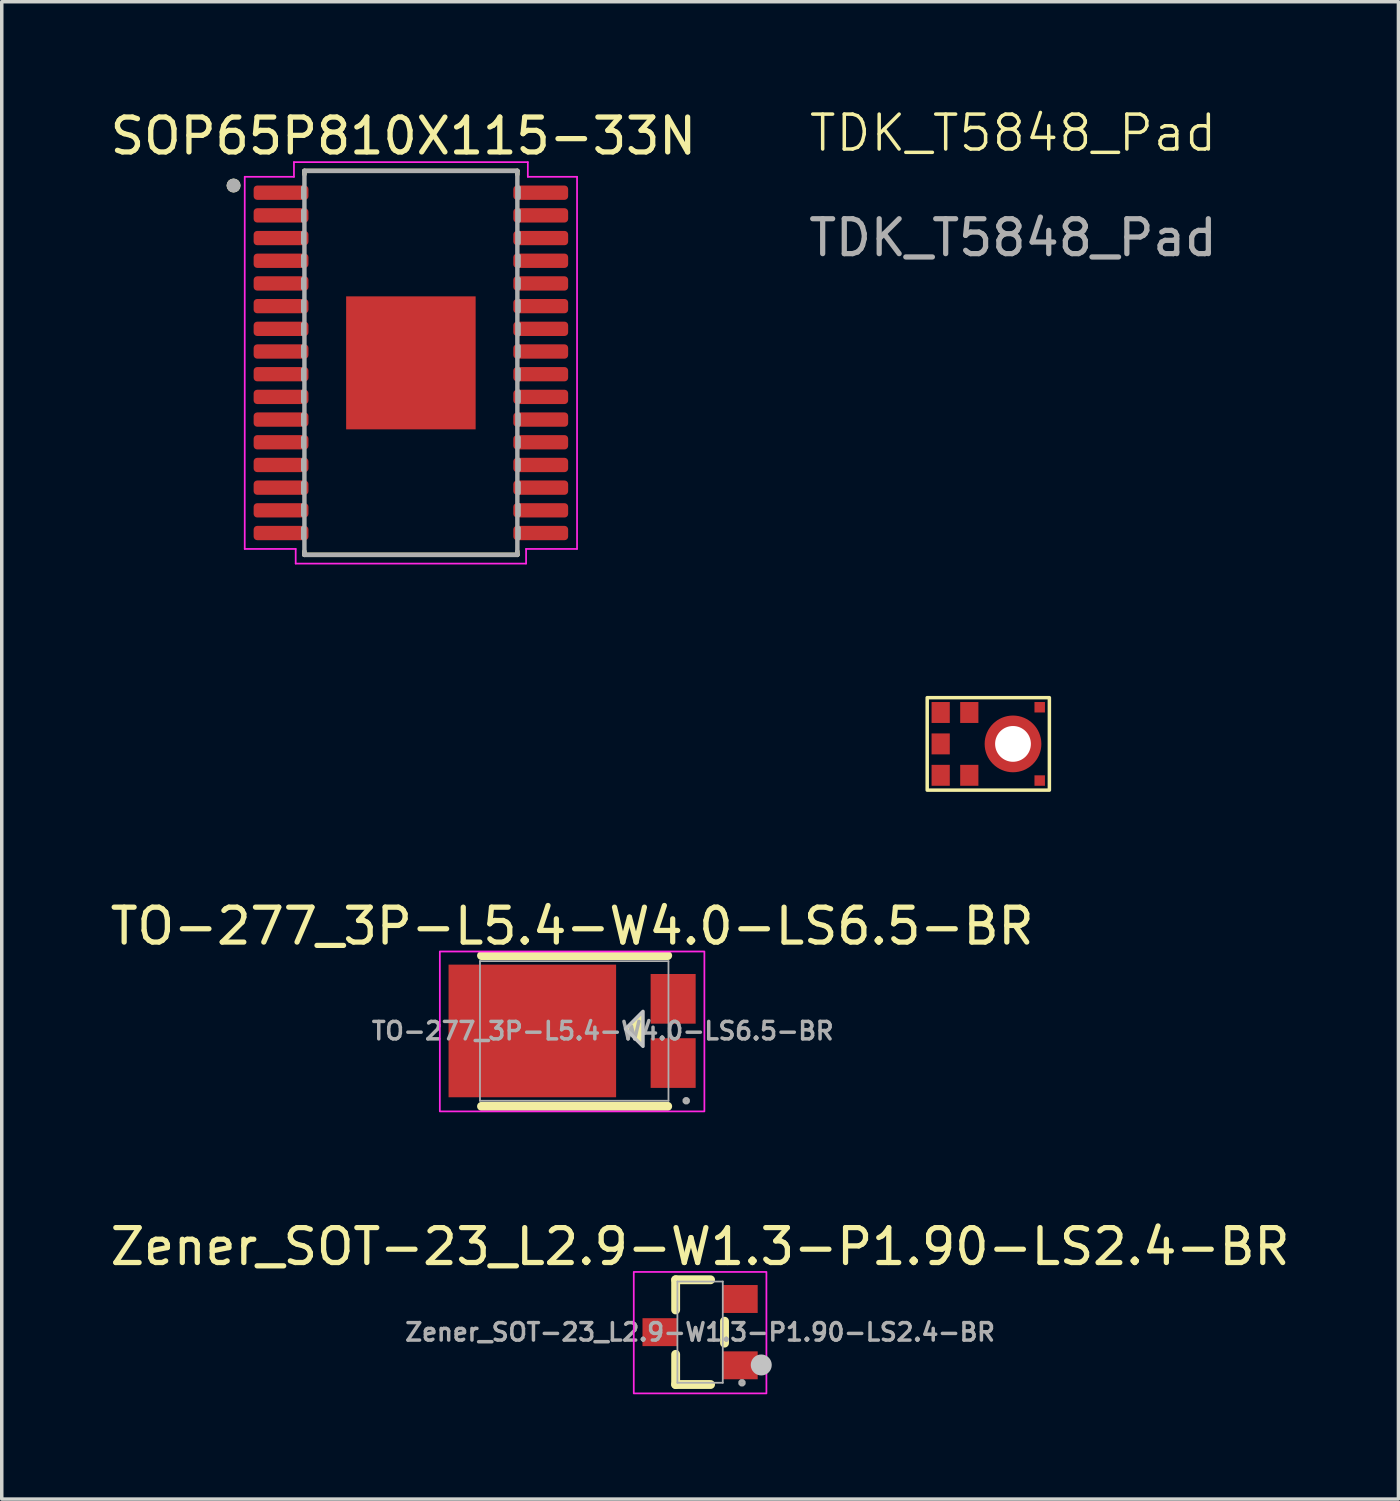
<source format=kicad_pcb>
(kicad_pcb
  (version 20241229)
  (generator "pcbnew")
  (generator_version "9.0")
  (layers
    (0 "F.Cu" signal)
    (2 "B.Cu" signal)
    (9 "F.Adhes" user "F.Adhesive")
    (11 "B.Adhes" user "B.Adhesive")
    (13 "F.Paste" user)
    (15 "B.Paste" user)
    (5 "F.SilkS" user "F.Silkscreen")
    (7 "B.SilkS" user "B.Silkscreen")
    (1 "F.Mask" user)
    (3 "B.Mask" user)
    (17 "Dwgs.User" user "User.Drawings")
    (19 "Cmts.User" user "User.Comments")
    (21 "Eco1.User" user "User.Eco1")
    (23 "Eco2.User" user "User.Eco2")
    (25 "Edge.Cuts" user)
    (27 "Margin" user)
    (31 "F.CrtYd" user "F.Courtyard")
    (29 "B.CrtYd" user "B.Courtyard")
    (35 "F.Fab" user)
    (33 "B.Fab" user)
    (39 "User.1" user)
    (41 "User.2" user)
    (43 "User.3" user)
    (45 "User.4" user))
  (footprint "TDK_T5848_Pad"
    (layer "F.Cu")
    (at 25.97 18.261)
    (property "Reference" "TDK_T5848_Pad" (at 0 -17.5 0) (unlocked yes) (layer "F.SilkS") (effects (font (size 1 1) (thickness 0.1))))
    (fp_rect (start -2.458 -1.325) (end 1.042 1.325) (stroke (width 0.1) (type solid)) (fill no) (layer "F.SilkS"))
    (fp_text user "${REFERENCE}" (at 0 -14.5 0) (unlocked yes) (layer "F.Fab") (effects (font (size 1 1) (thickness 0.15))))
    (pad "" smd rect (at -2.072 -0.9) (size 0.422 0.5) (layers "F.Paste"))
    (pad "" smd rect (at -2.072 0) (size 0.422 0.5) (layers "F.Paste"))
    (pad "" smd rect (at -2.072 0.9) (size 0.422 0.5) (layers "F.Paste"))
    (pad "" smd rect (at -1.252 -0.9) (size 0.422 0.5) (layers "F.Paste"))
    (pad "" smd rect (at -1.252 0.9) (size 0.422 0.5) (layers "F.Paste"))
    (pad "" np_thru_hole circle (at 0 0) (size 1.025 1.025) (drill 1.025) (layers "*.Cu" "*.Mask"))
    (pad "" smd rect (at 0.765 -1.05) (size 0.27 0.27) (layers "F.Paste"))
    (pad "" smd rect (at 0.765 1.05) (size 0.27 0.27) (layers "F.Paste"))
    (pad "1" smd rect (at -2.072 -0.9) (size 0.522 0.6) (layers "F.Cu" "F.Mask" "F.Paste"))
    (pad "2" smd rect (at -1.252 -0.9) (size 0.522 0.6) (layers "F.Cu" "F.Mask" "F.Paste"))
    (pad "3" smd circle (at 0 0) (size 1.625 1.625) (layers "F.Cu" "F.Mask" "F.Paste"))
    (pad "4" smd rect (at 0.765 -1.05) (size 0.3 0.3) (layers "F.Cu" "F.Mask" "F.Paste"))
    (pad "5" smd rect (at 0.765 1.05) (size 0.3 0.3) (layers "F.Cu" "F.Mask" "F.Paste"))
    (pad "6" smd rect (at -1.252 0.9) (size 0.522 0.6) (layers "F.Cu" "F.Mask" "F.Paste"))
    (pad "7" smd rect (at -2.072 0.9) (size 0.522 0.6) (layers "F.Cu" "F.Mask" "F.Paste"))
    (pad "8" smd rect (at -2.072 0) (size 0.522 0.6) (layers "F.Cu" "F.Mask" "F.Paste")))
  (footprint "SOP65P810X115-33N"
    (layer "F.Cu")
    (at 8.721 7.345)
    (property "Reference" "SOP65P810X115-33N" (at -0.215 -6.497 0) (layer "F.SilkS") (effects (font (size 1 1) (thickness 0.15))))
    (attr smd)
    (fp_line (start -3.05 -5.5) (end -3.05 -5.4) (stroke (width 0.127) (type solid)) (layer "F.SilkS"))
    (fp_line (start -3.05 5.4) (end -3.05 5.5) (stroke (width 0.127) (type solid)) (layer "F.SilkS"))
    (fp_line (start -3.05 5.5) (end 3.05 5.5) (stroke (width 0.127) (type solid)) (layer "F.SilkS"))
    (fp_line (start 3.05 -5.5) (end -3.05 -5.5) (stroke (width 0.127) (type solid)) (layer "F.SilkS"))
    (fp_line (start 3.05 -5.4) (end 3.05 -5.5) (stroke (width 0.127) (type solid)) (layer "F.SilkS"))
    (fp_line (start 3.05 5.5) (end 3.05 5.4) (stroke (width 0.127) (type solid)) (layer "F.SilkS"))
    (fp_circle (center -5.08 -5.08) (end -4.98 -5.08) (stroke (width 0.2) (type solid)) (fill no) (layer "F.SilkS"))
    (fp_poly (pts (xy -1.485 -1.535) (xy -0.185 -1.535) (xy -0.185 -0.185) (xy -1.485 -0.185)) (stroke (width 0.01) (type solid)) (fill yes) (layer "F.Paste"))
    (fp_poly (pts (xy -0.185 1.535) (xy -1.485 1.535) (xy -1.485 0.185) (xy -0.185 0.185)) (stroke (width 0.01) (type solid)) (fill yes) (layer "F.Paste"))
    (fp_poly (pts (xy 0.185 -1.535) (xy 1.485 -1.535) (xy 1.485 -0.185) (xy 0.185 -0.185)) (stroke (width 0.01) (type solid)) (fill yes) (layer "F.Paste"))
    (fp_poly (pts (xy 1.485 1.535) (xy 0.185 1.535) (xy 0.185 0.185) (xy 1.485 0.185)) (stroke (width 0.01) (type solid)) (fill yes) (layer "F.Paste"))
    (fp_line (start -4.76 -5.33) (end -3.35 -5.33) (stroke (width 0.05) (type solid)) (layer "F.CrtYd"))
    (fp_line (start -4.76 5.33) (end -4.76 -5.33) (stroke (width 0.05) (type solid)) (layer "F.CrtYd"))
    (fp_line (start -3.35 -5.75) (end 3.35 -5.75) (stroke (width 0.05) (type solid)) (layer "F.CrtYd"))
    (fp_line (start -3.35 -5.33) (end -3.35 -5.75) (stroke (width 0.05) (type solid)) (layer "F.CrtYd"))
    (fp_line (start -3.3 5.33) (end -4.76 5.33) (stroke (width 0.05) (type solid)) (layer "F.CrtYd"))
    (fp_line (start -3.3 5.75) (end -3.3 5.33) (stroke (width 0.05) (type solid)) (layer "F.CrtYd"))
    (fp_line (start 3.3 5.33) (end 3.3 5.75) (stroke (width 0.05) (type solid)) (layer "F.CrtYd"))
    (fp_line (start 3.3 5.75) (end -3.3 5.75) (stroke (width 0.05) (type solid)) (layer "F.CrtYd"))
    (fp_line (start 3.35 -5.75) (end 3.35 -5.33) (stroke (width 0.05) (type solid)) (layer "F.CrtYd"))
    (fp_line (start 3.35 -5.33) (end 4.76 -5.33) (stroke (width 0.05) (type solid)) (layer "F.CrtYd"))
    (fp_line (start 4.76 -5.33) (end 4.76 5.33) (stroke (width 0.05) (type solid)) (layer "F.CrtYd"))
    (fp_line (start 4.76 5.33) (end 3.3 5.33) (stroke (width 0.05) (type solid)) (layer "F.CrtYd"))
    (fp_line (start -3.099 -4.724) (end -3.099 -5.029) (stroke (width 0.1) (type solid)) (layer "F.Fab"))
    (fp_line (start -3.099 -4.064) (end -3.099 -4.369) (stroke (width 0.1) (type solid)) (layer "F.Fab"))
    (fp_line (start -3.099 -3.429) (end -3.099 -3.734) (stroke (width 0.1) (type solid)) (layer "F.Fab"))
    (fp_line (start -3.099 -2.769) (end -3.099 -3.073) (stroke (width 0.1) (type solid)) (layer "F.Fab"))
    (fp_line (start -3.099 -2.134) (end -3.099 -2.413) (stroke (width 0.1) (type solid)) (layer "F.Fab"))
    (fp_line (start -3.099 -1.473) (end -3.099 -1.778) (stroke (width 0.1) (type solid)) (layer "F.Fab"))
    (fp_line (start -3.099 -0.813) (end -3.099 -1.118) (stroke (width 0.1) (type solid)) (layer "F.Fab"))
    (fp_line (start -3.099 -0.178) (end -3.099 -0.483) (stroke (width 0.1) (type solid)) (layer "F.Fab"))
    (fp_line (start -3.099 0.483) (end -3.099 0.178) (stroke (width 0.1) (type solid)) (layer "F.Fab"))
    (fp_line (start -3.099 1.118) (end -3.099 0.813) (stroke (width 0.1) (type solid)) (layer "F.Fab"))
    (fp_line (start -3.099 1.778) (end -3.099 1.473) (stroke (width 0.1) (type solid)) (layer "F.Fab"))
    (fp_line (start -3.099 2.413) (end -3.099 2.134) (stroke (width 0.1) (type solid)) (layer "F.Fab"))
    (fp_line (start -3.099 3.073) (end -3.099 2.769) (stroke (width 0.1) (type solid)) (layer "F.Fab"))
    (fp_line (start -3.099 3.734) (end -3.099 3.429) (stroke (width 0.1) (type solid)) (layer "F.Fab"))
    (fp_line (start -3.099 4.369) (end -3.099 4.064) (stroke (width 0.1) (type solid)) (layer "F.Fab"))
    (fp_line (start -3.099 5.029) (end -3.099 4.724) (stroke (width 0.1) (type solid)) (layer "F.Fab"))
    (fp_line (start -3.05 -5.5) (end -3.05 5.5) (stroke (width 0.127) (type solid)) (layer "F.Fab"))
    (fp_line (start -3.05 5.5) (end 3.05 5.5) (stroke (width 0.127) (type solid)) (layer "F.Fab"))
    (fp_line (start 3.05 -5.5) (end -3.05 -5.5) (stroke (width 0.127) (type solid)) (layer "F.Fab"))
    (fp_line (start 3.05 5.5) (end 3.05 -5.5) (stroke (width 0.127) (type solid)) (layer "F.Fab"))
    (fp_line (start 3.099 -5.029) (end 3.099 -4.724) (stroke (width 0.1) (type solid)) (layer "F.Fab"))
    (fp_line (start 3.099 -4.369) (end 3.099 -4.064) (stroke (width 0.1) (type solid)) (layer "F.Fab"))
    (fp_line (start 3.099 -3.734) (end 3.099 -3.429) (stroke (width 0.1) (type solid)) (layer "F.Fab"))
    (fp_line (start 3.099 -3.073) (end 3.099 -2.769) (stroke (width 0.1) (type solid)) (layer "F.Fab"))
    (fp_line (start 3.099 -2.413) (end 3.099 -2.134) (stroke (width 0.1) (type solid)) (layer "F.Fab"))
    (fp_line (start 3.099 -1.778) (end 3.099 -1.473) (stroke (width 0.1) (type solid)) (layer "F.Fab"))
    (fp_line (start 3.099 -1.118) (end 3.099 -0.813) (stroke (width 0.1) (type solid)) (layer "F.Fab"))
    (fp_line (start 3.099 -0.483) (end 3.099 -0.178) (stroke (width 0.1) (type solid)) (layer "F.Fab"))
    (fp_line (start 3.099 0.178) (end 3.099 0.483) (stroke (width 0.1) (type solid)) (layer "F.Fab"))
    (fp_line (start 3.099 0.813) (end 3.099 1.118) (stroke (width 0.1) (type solid)) (layer "F.Fab"))
    (fp_line (start 3.099 1.473) (end 3.099 1.778) (stroke (width 0.1) (type solid)) (layer "F.Fab"))
    (fp_line (start 3.099 2.134) (end 3.099 2.413) (stroke (width 0.1) (type solid)) (layer "F.Fab"))
    (fp_line (start 3.099 2.769) (end 3.099 3.073) (stroke (width 0.1) (type solid)) (layer "F.Fab"))
    (fp_line (start 3.099 3.429) (end 3.099 3.734) (stroke (width 0.1) (type solid)) (layer "F.Fab"))
    (fp_line (start 3.099 4.064) (end 3.099 4.369) (stroke (width 0.1) (type solid)) (layer "F.Fab"))
    (fp_line (start 3.099 4.724) (end 3.099 5.029) (stroke (width 0.1) (type solid)) (layer "F.Fab"))
    (fp_circle (center -5.08 -5.08) (end -4.98 -5.08) (stroke (width 0.2) (type solid)) (fill no) (layer "F.Fab"))
    (pad "1" smd roundrect (at -3.72 -4.875) (size 1.57 0.41) (layers "F.Cu" "F.Mask" "F.Paste") (roundrect_rratio 0.25))
    (pad "2" smd roundrect (at -3.72 -4.225) (size 1.57 0.41) (layers "F.Cu" "F.Mask" "F.Paste") (roundrect_rratio 0.25))
    (pad "3" smd roundrect (at -3.72 -3.575) (size 1.57 0.41) (layers "F.Cu" "F.Mask" "F.Paste") (roundrect_rratio 0.25))
    (pad "4" smd roundrect (at -3.72 -2.925) (size 1.57 0.41) (layers "F.Cu" "F.Mask" "F.Paste") (roundrect_rratio 0.25))
    (pad "5" smd roundrect (at -3.72 -2.275) (size 1.57 0.41) (layers "F.Cu" "F.Mask" "F.Paste") (roundrect_rratio 0.25))
    (pad "6" smd roundrect (at -3.72 -1.625) (size 1.57 0.41) (layers "F.Cu" "F.Mask" "F.Paste") (roundrect_rratio 0.25))
    (pad "7" smd roundrect (at -3.72 -0.975) (size 1.57 0.41) (layers "F.Cu" "F.Mask" "F.Paste") (roundrect_rratio 0.25))
    (pad "8" smd roundrect (at -3.72 -0.325) (size 1.57 0.41) (layers "F.Cu" "F.Mask" "F.Paste") (roundrect_rratio 0.25))
    (pad "9" smd roundrect (at -3.72 0.325) (size 1.57 0.41) (layers "F.Cu" "F.Mask" "F.Paste") (roundrect_rratio 0.25))
    (pad "10" smd roundrect (at -3.72 0.975) (size 1.57 0.41) (layers "F.Cu" "F.Mask" "F.Paste") (roundrect_rratio 0.25))
    (pad "11" smd roundrect (at -3.72 1.625) (size 1.57 0.41) (layers "F.Cu" "F.Mask" "F.Paste") (roundrect_rratio 0.25))
    (pad "12" smd roundrect (at -3.72 2.275) (size 1.57 0.41) (layers "F.Cu" "F.Mask" "F.Paste") (roundrect_rratio 0.25))
    (pad "13" smd roundrect (at -3.72 2.925) (size 1.57 0.41) (layers "F.Cu" "F.Mask" "F.Paste") (roundrect_rratio 0.25))
    (pad "14" smd roundrect (at -3.72 3.575) (size 1.57 0.41) (layers "F.Cu" "F.Mask" "F.Paste") (roundrect_rratio 0.25))
    (pad "15" smd roundrect (at -3.72 4.225) (size 1.57 0.41) (layers "F.Cu" "F.Mask" "F.Paste") (roundrect_rratio 0.25))
    (pad "16" smd roundrect (at -3.72 4.875) (size 1.57 0.41) (layers "F.Cu" "F.Mask" "F.Paste") (roundrect_rratio 0.25))
    (pad "17" smd roundrect (at 3.72 4.875) (size 1.57 0.41) (layers "F.Cu" "F.Mask" "F.Paste") (roundrect_rratio 0.25))
    (pad "18" smd roundrect (at 3.72 4.225) (size 1.57 0.41) (layers "F.Cu" "F.Mask" "F.Paste") (roundrect_rratio 0.25))
    (pad "19" smd roundrect (at 3.72 3.575) (size 1.57 0.41) (layers "F.Cu" "F.Mask" "F.Paste") (roundrect_rratio 0.25))
    (pad "20" smd roundrect (at 3.72 2.925) (size 1.57 0.41) (layers "F.Cu" "F.Mask" "F.Paste") (roundrect_rratio 0.25))
    (pad "21" smd roundrect (at 3.72 2.275) (size 1.57 0.41) (layers "F.Cu" "F.Mask" "F.Paste") (roundrect_rratio 0.25))
    (pad "22" smd roundrect (at 3.72 1.625) (size 1.57 0.41) (layers "F.Cu" "F.Mask" "F.Paste") (roundrect_rratio 0.25))
    (pad "23" smd roundrect (at 3.72 0.975) (size 1.57 0.41) (layers "F.Cu" "F.Mask" "F.Paste") (roundrect_rratio 0.25))
    (pad "24" smd roundrect (at 3.72 0.325) (size 1.57 0.41) (layers "F.Cu" "F.Mask" "F.Paste") (roundrect_rratio 0.25))
    (pad "25" smd roundrect (at 3.72 -0.325) (size 1.57 0.41) (layers "F.Cu" "F.Mask" "F.Paste") (roundrect_rratio 0.25))
    (pad "26" smd roundrect (at 3.72 -0.975) (size 1.57 0.41) (layers "F.Cu" "F.Mask" "F.Paste") (roundrect_rratio 0.25))
    (pad "27" smd roundrect (at 3.72 -1.625) (size 1.57 0.41) (layers "F.Cu" "F.Mask" "F.Paste") (roundrect_rratio 0.25))
    (pad "28" smd roundrect (at 3.72 -2.275) (size 1.57 0.41) (layers "F.Cu" "F.Mask" "F.Paste") (roundrect_rratio 0.25))
    (pad "29" smd roundrect (at 3.72 -2.925) (size 1.57 0.41) (layers "F.Cu" "F.Mask" "F.Paste") (roundrect_rratio 0.25))
    (pad "30" smd roundrect (at 3.72 -3.575) (size 1.57 0.41) (layers "F.Cu" "F.Mask" "F.Paste") (roundrect_rratio 0.25))
    (pad "31" smd roundrect (at 3.72 -4.225) (size 1.57 0.41) (layers "F.Cu" "F.Mask" "F.Paste") (roundrect_rratio 0.25))
    (pad "32" smd roundrect (at 3.72 -4.875) (size 1.57 0.41) (layers "F.Cu" "F.Mask" "F.Paste") (roundrect_rratio 0.25))
    (pad "33" smd rect (at 0 0) (size 3.71 3.81) (layers "F.Cu" "F.Mask")))
  (footprint "TO-277_3P-L5.4-W4.0-LS6.5-BR"
    (layer "F.Cu")
    (at 14.217 26.484)
    (property "Reference" "TO-277_3P-L5.4-W4.0-LS6.5-BR" (at -0.877 -3.001 0) (layer "F.SilkS") (effects (font (size 1 1) (thickness 0.15))))
    (fp_line (start -3.473 2.159) (end 1.861 2.159) (stroke (width 0.254) (type default)) (layer "F.SilkS"))
    (fp_line (start 1.861 -2.159) (end -3.473 -2.159) (stroke (width 0.254) (type default)) (layer "F.SilkS"))
    (fp_poly (pts (xy 0.663 -0.02) (xy 1.163 -0.52) (xy 1.163 0.48)) (stroke (width 0) (type default)) (fill yes) (layer "F.SilkS"))
    (fp_poly (pts (xy 0.653 -0.06) (xy 1.153 -0.56) (xy 1.153 0.44)) (stroke (width 0.1) (type default)) (fill no) (layer "Dwgs.User"))
    (fp_rect (start -4.667 -2.276) (end 2.912 2.305) (stroke (width 0.05) (type default)) (fill no) (layer "F.CrtYd"))
    (fp_line (start -3.517 -2) (end 1.883 -2) (stroke (width 0.051) (type default)) (layer "F.Fab"))
    (fp_line (start -3.517 2) (end -3.517 -2) (stroke (width 0.051) (type default)) (layer "F.Fab"))
    (fp_line (start 1.883 -2) (end 1.883 2) (stroke (width 0.051) (type default)) (layer "F.Fab"))
    (fp_line (start 1.883 2) (end -3.517 2) (stroke (width 0.051) (type default)) (layer "F.Fab"))
    (fp_poly (pts (xy 2.447 1.977) (xy 2.414 1.945) (xy 2.369 1.945) (xy 2.336 1.977) (xy 2.336 2.023) (xy 2.369 2.055) (xy 2.414 2.055) (xy 2.447 2.023)) (stroke (width 0.1) (type default)) (fill no) (layer "F.Fab"))
    (fp_poly (pts (xy 1.841 -1.37) (xy 2.392 -1.37) (xy 2.392 -0.47) (xy 1.841 -0.47)) (stroke (width 0.1) (type default)) (fill no) (layer "User.1"))
    (fp_poly (pts (xy 1.841 0.47) (xy 2.392 0.47) (xy 2.392 1.37) (xy 1.841 1.37)) (stroke (width 0.1) (type default)) (fill no) (layer "User.1"))
    (fp_poly (pts (xy -3.337 0.86) (xy -4.157 0.86) (xy -4.157 -0.94) (xy -3.337 -0.94) (xy -3.337 -1.6) (xy 0.243 -1.6) (xy 0.243 1.48) (xy -3.337 1.48)) (stroke (width 0.1) (type default)) (fill no) (layer "User.1"))
    (fp_text user "${REFERENCE}" (at 0 0 0) (layer "F.Fab") (effects (font (size 0.5 0.5) (thickness 0.1))))
    (pad "1" smd rect (at 2.017 0.92) (size 1.29 1.423) (layers "F.Cu" "F.Mask" "F.Paste"))
    (pad "2" smd rect (at -2.017 0 90) (size 3.8 4.8) (layers "F.Cu" "F.Mask" "F.Paste"))
    (pad "3" smd rect (at 2.017 -0.92) (size 1.29 1.423) (layers "F.Cu" "F.Mask" "F.Paste")))
  (footprint "Zener_SOT-23_L2.9-W1.3-P1.90-LS2.4-BR"
    (layer "F.Cu")
    (at 17.006 35.113)
    (property "Reference" "Zener_SOT-23_L2.9-W1.3-P1.90-LS2.4-BR" (at 0 -2.45 0) (layer "F.SilkS") (effects (font (size 1 1) (thickness 0.15))))
    (fp_line (start -0.7 -1.5) (end 0.3 -1.5) (stroke (width 0.254) (type default)) (layer "F.SilkS"))
    (fp_line (start -0.7 -0.636) (end -0.7 -1.5) (stroke (width 0.254) (type default)) (layer "F.SilkS"))
    (fp_line (start -0.7 1.5) (end -0.7 0.636) (stroke (width 0.254) (type default)) (layer "F.SilkS"))
    (fp_line (start -0.7 1.5) (end 0.3 1.5) (stroke (width 0.254) (type default)) (layer "F.SilkS"))
    (fp_line (start 0.7 0.314) (end 0.7 -0.314) (stroke (width 0.254) (type default)) (layer "F.SilkS"))
    (fp_circle (center 1.752 0.94) (end 1.903 0.94) (stroke (width 0.3) (type default)) (fill no) (layer "Dwgs.User"))
    (fp_rect (start -1.9 -1.726) (end 1.9 1.755) (stroke (width 0.05) (type default)) (fill no) (layer "F.CrtYd"))
    (fp_line (start -0.65 -1.45) (end 0.65 -1.45) (stroke (width 0.051) (type default)) (layer "F.Fab"))
    (fp_line (start -0.65 1.45) (end -0.65 -1.45) (stroke (width 0.051) (type default)) (layer "F.Fab"))
    (fp_line (start 0.65 -1.45) (end 0.65 1.45) (stroke (width 0.051) (type default)) (layer "F.Fab"))
    (fp_line (start 0.65 1.45) (end -0.65 1.45) (stroke (width 0.051) (type default)) (layer "F.Fab"))
    (fp_poly (pts (xy 1.255 1.427) (xy 1.223 1.395) (xy 1.177 1.395) (xy 1.145 1.427) (xy 1.145 1.473) (xy 1.177 1.505) (xy 1.223 1.505) (xy 1.255 1.473)) (stroke (width 0.1) (type default)) (fill no) (layer "F.Fab"))
    (fp_poly (pts (xy -1.2 0.2) (xy -1.2 -0.2) (xy -0.8 -0.2) (xy -0.8 0.2)) (stroke (width 0.1) (type default)) (fill no) (layer "User.1"))
    (fp_poly (pts (xy -0.81 0.2) (xy -0.81 -0.2) (xy -0.64 -0.2) (xy -0.64 0.2)) (stroke (width 0.1) (type default)) (fill no) (layer "User.1"))
    (fp_poly (pts (xy 0.64 -0.75) (xy 0.64 -1.15) (xy 0.81 -1.15) (xy 0.81 -0.75)) (stroke (width 0.1) (type default)) (fill no) (layer "User.1"))
    (fp_poly (pts (xy 0.64 1.15) (xy 0.64 0.75) (xy 0.81 0.75) (xy 0.81 1.15)) (stroke (width 0.1) (type default)) (fill no) (layer "User.1"))
    (fp_poly (pts (xy 0.8 -0.75) (xy 0.8 -1.15) (xy 1.2 -1.15) (xy 1.2 -0.75)) (stroke (width 0.1) (type default)) (fill no) (layer "User.1"))
    (fp_poly (pts (xy 0.8 1.15) (xy 0.8 0.75) (xy 1.2 0.75) (xy 1.2 1.15)) (stroke (width 0.1) (type default)) (fill no) (layer "User.1"))
    (fp_text user "${REFERENCE}" (at 0 0 0) (layer "F.Fab") (effects (font (size 0.5 0.5) (thickness 0.1))))
    (pad "1" smd rect (at 1.15 0.95 180) (size 1 0.8) (layers "F.Cu" "F.Mask" "F.Paste"))
    (pad "2" smd rect (at 1.15 -0.95 180) (size 1 0.8) (layers "F.Cu" "F.Mask" "F.Paste"))
    (pad "3" smd rect (at -1.15 0 180) (size 1 0.8) (layers "F.Cu" "F.Mask" "F.Paste")))
  (gr_rect
    (start -3 -3)
    (end 37.012 39.894)
    (stroke (width 0.1) (type default))
    (fill no)
    (layer "Edge.Cuts")))
</source>
